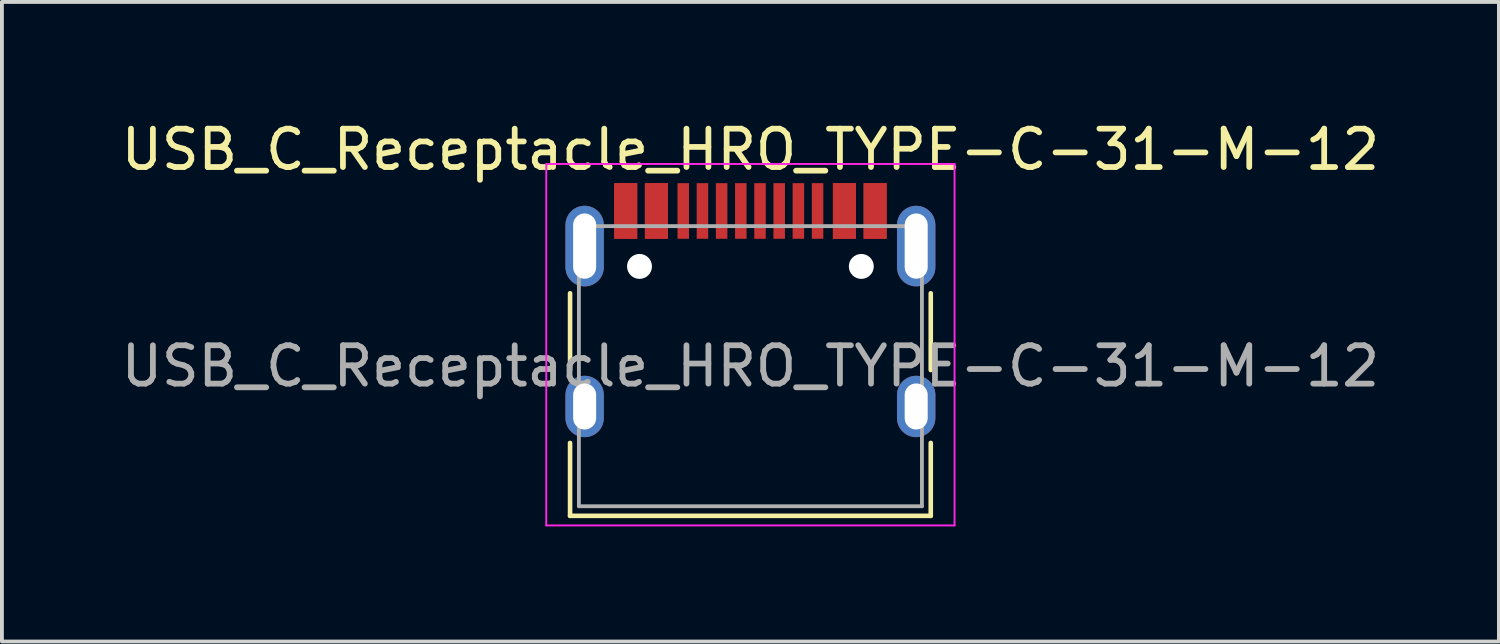
<source format=kicad_pcb>
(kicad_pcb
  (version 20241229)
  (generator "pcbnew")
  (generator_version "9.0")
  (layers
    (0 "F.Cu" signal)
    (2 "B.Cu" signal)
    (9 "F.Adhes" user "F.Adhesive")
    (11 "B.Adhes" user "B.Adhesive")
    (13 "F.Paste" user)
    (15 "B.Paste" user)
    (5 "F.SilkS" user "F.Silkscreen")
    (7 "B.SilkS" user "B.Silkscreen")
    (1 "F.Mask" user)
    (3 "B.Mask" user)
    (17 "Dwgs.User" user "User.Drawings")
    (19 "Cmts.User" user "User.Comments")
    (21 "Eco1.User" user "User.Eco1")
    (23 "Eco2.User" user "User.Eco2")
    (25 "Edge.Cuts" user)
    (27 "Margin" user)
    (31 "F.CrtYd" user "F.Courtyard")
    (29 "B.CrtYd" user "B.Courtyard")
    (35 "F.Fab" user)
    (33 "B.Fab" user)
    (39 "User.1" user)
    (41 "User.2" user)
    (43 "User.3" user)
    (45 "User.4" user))
  (footprint "USB_C_Receptacle_HRO_TYPE-C-31-M-12"
    (layer "F.Cu")
    (at 16.506 6.493)
    (property "Reference" "USB_C_Receptacle_HRO_TYPE-C-31-M-12" (at 0 -5.645 0) (layer "F.SilkS") (effects (font (size 1 1) (thickness 0.15))))
    (attr smd)
    (fp_line (start -4.7 -1.9) (end -4.7 0.1) (stroke (width 0.12) (type solid)) (layer "F.SilkS"))
    (fp_line (start -4.7 2) (end -4.7 3.9) (stroke (width 0.12) (type solid)) (layer "F.SilkS"))
    (fp_line (start -4.7 3.9) (end 4.7 3.9) (stroke (width 0.12) (type solid)) (layer "F.SilkS"))
    (fp_line (start 4.7 -1.9) (end 4.7 0.1) (stroke (width 0.12) (type solid)) (layer "F.SilkS"))
    (fp_line (start 4.7 2) (end 4.7 3.9) (stroke (width 0.12) (type solid)) (layer "F.SilkS"))
    (fp_line (start -5.32 -5.27) (end -5.32 4.15) (stroke (width 0.05) (type solid)) (layer "F.CrtYd"))
    (fp_line (start -5.32 -5.27) (end 5.32 -5.27) (stroke (width 0.05) (type solid)) (layer "F.CrtYd"))
    (fp_line (start -5.32 4.15) (end 5.32 4.15) (stroke (width 0.05) (type solid)) (layer "F.CrtYd"))
    (fp_line (start 5.32 -5.27) (end 5.32 4.15) (stroke (width 0.05) (type solid)) (layer "F.CrtYd"))
    (fp_line (start -4.47 -3.65) (end -4.47 3.65) (stroke (width 0.1) (type solid)) (layer "F.Fab"))
    (fp_line (start -4.47 -3.65) (end 4.47 -3.65) (stroke (width 0.1) (type solid)) (layer "F.Fab"))
    (fp_line (start -4.47 3.65) (end 4.47 3.65) (stroke (width 0.1) (type solid)) (layer "F.Fab"))
    (fp_line (start 4.47 -3.65) (end 4.47 3.65) (stroke (width 0.1) (type solid)) (layer "F.Fab"))
    (fp_text user "${REFERENCE}" (at 0 0 0) (layer "F.Fab") (effects (font (size 1 1) (thickness 0.15))))
    (pad "" np_thru_hole circle (at -2.89 -2.6) (size 0.65 0.65) (drill 0.65) (layers "*.Cu" "*.Mask"))
    (pad "" np_thru_hole circle (at 2.89 -2.6) (size 0.65 0.65) (drill 0.65) (layers "*.Cu" "*.Mask"))
    (pad "A1" smd rect (at -3.25 -4.045) (size 0.6 1.45) (layers "F.Cu" "F.Mask" "F.Paste"))
    (pad "A4" smd rect (at -2.45 -4.045) (size 0.6 1.45) (layers "F.Cu" "F.Mask" "F.Paste"))
    (pad "A5" smd rect (at -1.25 -4.045) (size 0.3 1.45) (layers "F.Cu" "F.Mask" "F.Paste"))
    (pad "A6" smd rect (at -0.25 -4.045) (size 0.3 1.45) (layers "F.Cu" "F.Mask" "F.Paste"))
    (pad "A7" smd rect (at 0.25 -4.045) (size 0.3 1.45) (layers "F.Cu" "F.Mask" "F.Paste"))
    (pad "A8" smd rect (at 1.25 -4.045) (size 0.3 1.45) (layers "F.Cu" "F.Mask" "F.Paste"))
    (pad "A9" smd rect (at 2.45 -4.045) (size 0.6 1.45) (layers "F.Cu" "F.Mask" "F.Paste"))
    (pad "A12" smd rect (at 3.25 -4.045) (size 0.6 1.45) (layers "F.Cu" "F.Mask" "F.Paste"))
    (pad "B1" smd rect (at 3.25 -4.045) (size 0.6 1.45) (layers "F.Cu" "F.Mask" "F.Paste"))
    (pad "B4" smd rect (at 2.45 -4.045) (size 0.6 1.45) (layers "F.Cu" "F.Mask" "F.Paste"))
    (pad "B5" smd rect (at 1.75 -4.045) (size 0.3 1.45) (layers "F.Cu" "F.Mask" "F.Paste"))
    (pad "B6" smd rect (at 0.75 -4.045) (size 0.3 1.45) (layers "F.Cu" "F.Mask" "F.Paste"))
    (pad "B7" smd rect (at -0.75 -4.045) (size 0.3 1.45) (layers "F.Cu" "F.Mask" "F.Paste"))
    (pad "B8" smd rect (at -1.75 -4.045) (size 0.3 1.45) (layers "F.Cu" "F.Mask" "F.Paste"))
    (pad "B9" smd rect (at -2.45 -4.045) (size 0.6 1.45) (layers "F.Cu" "F.Mask" "F.Paste"))
    (pad "B12" smd rect (at -3.25 -4.045) (size 0.6 1.45) (layers "F.Cu" "F.Mask" "F.Paste"))
    (pad "S1" thru_hole oval (at -4.32 -3.13) (size 1 2.1) (drill oval 0.6 1.7) (layers "*.Cu" "*.Mask"))
    (pad "S2" thru_hole oval (at 4.32 -3.13) (size 1 2.1) (drill oval 0.6 1.7) (layers "*.Cu" "*.Mask"))
    (pad "S3" thru_hole oval (at -4.32 1.05) (size 1 1.6) (drill oval 0.6 1.2) (layers "*.Cu" "*.Mask"))
    (pad "S4" thru_hole oval (at 4.32 1.05) (size 1 1.6) (drill oval 0.6 1.2) (layers "*.Cu" "*.Mask")))
  (gr_rect
    (start -3 -3)
    (end 36.012 13.668)
    (stroke (width 0.1) (type default))
    (fill no)
    (layer "Edge.Cuts")))
</source>
